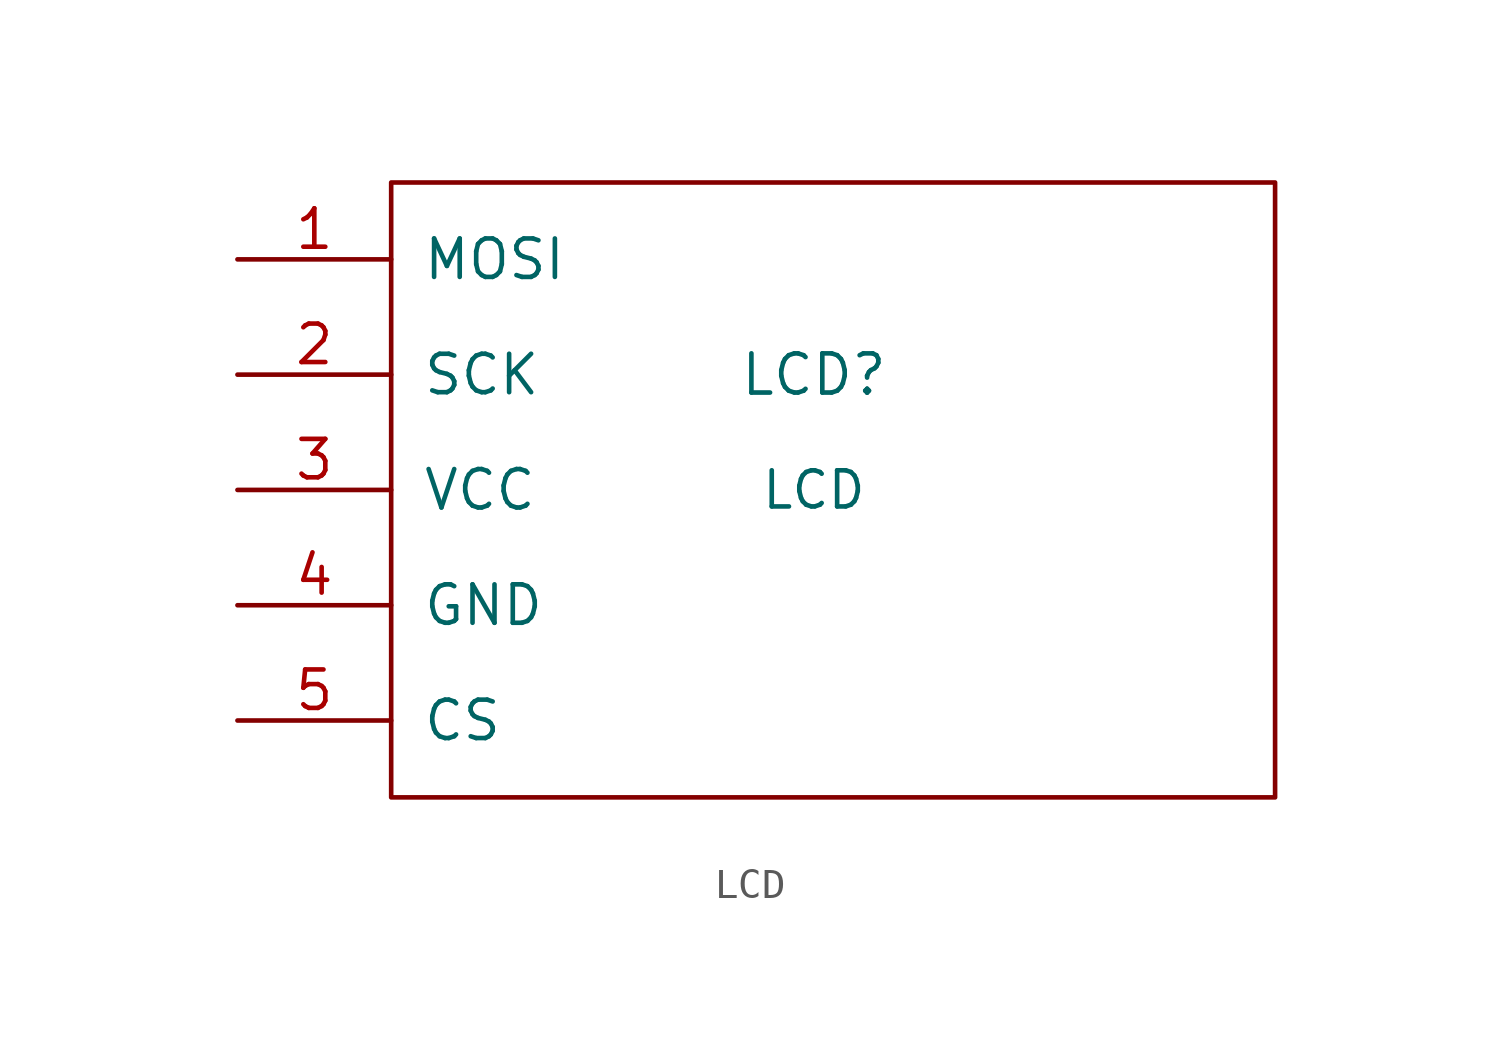
<source format=kicad_sym>
(kicad_symbol_lib
  (version 20211014)
  (generator kicad_symbol_editor)
  (symbol "LCD"
    (pin_names
      (offset 1.016))
    (property "Reference" "LCD"
      (at 0 2.54 0)
      (effects (font (size 1.295 1.295))))
    (property "Value" "LCD"
      (at 0 -1.27 0)
      (effects (font (size 1.194 1.194))))
    (symbol "LCD_0_1"
      (rectangle (start -13.97 8.89) (end 15.24 -11.43) (stroke (width 0) (type default) (color 0 0 0 0)) (fill (type none))))
    (symbol "LCD_1_1"
      (pin bidirectional line (at -19.05 6.35 0) (length 5.08) (name "MOSI" (effects (font (size 1.27 1.27)))) (number "1" (effects (font (size 1.27 1.27)))))
      (pin bidirectional line (at -19.05 2.54 0) (length 5.08) (name "SCK" (effects (font (size 1.27 1.27)))) (number "2" (effects (font (size 1.27 1.27)))))
      (pin power_in line (at -19.05 -1.27 0) (length 5.08) (name "VCC" (effects (font (size 1.27 1.27)))) (number "3" (effects (font (size 1.27 1.27)))))
      (pin power_in line (at -19.05 -5.08 0) (length 5.08) (name "GND" (effects (font (size 1.27 1.27)))) (number "4" (effects (font (size 1.27 1.27)))))
      (pin bidirectional line (at -19.05 -8.89 0) (length 5.08) (name "CS" (effects (font (size 1.27 1.27)))) (number "5" (effects (font (size 1.27 1.27))))))))
</source>
